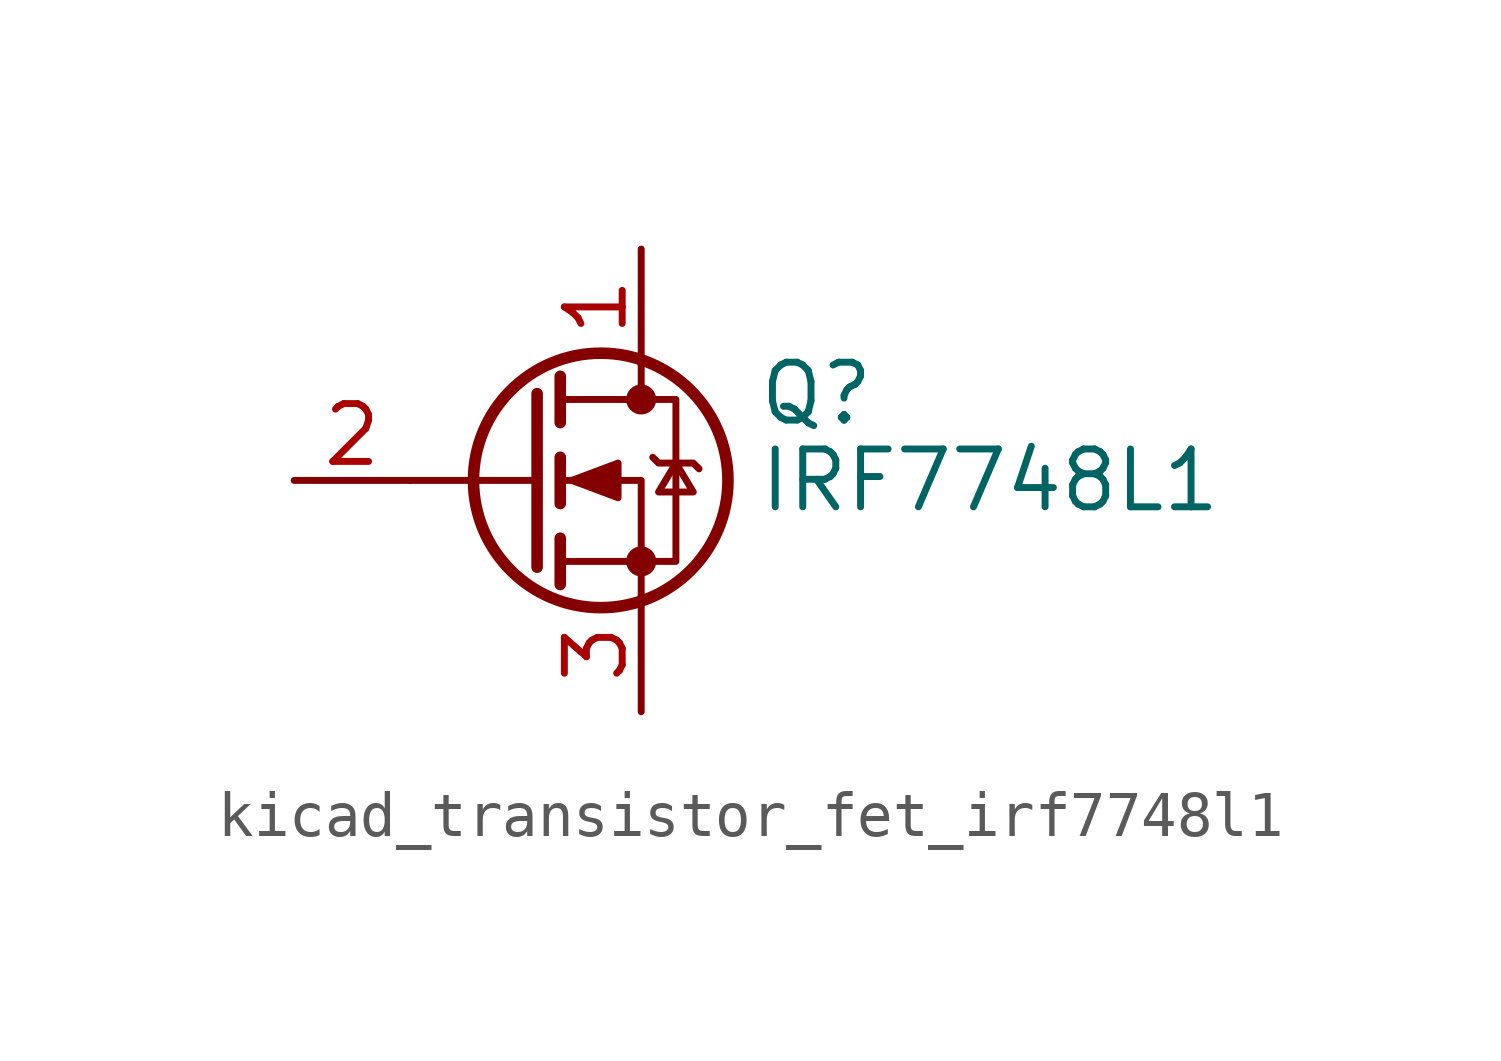
<source format=kicad_sym>
(kicad_symbol_lib
  (version 20220914)
  (generator kicad_symbol_editor)
  (symbol "kicad_transistor_fet_irf7748l1"
    (pin_names hide)
    (property "Reference" "Q"
      (at 5.08 1.905 0)
      (effects (font (size 1.27 1.27)) (justify left)))
    (property "Value" "IRF7748L1"
      (at 5.08 0 0)
      (effects (font (size 1.27 1.27)) (justify left)))
    (symbol "kicad_transistor_fet_irf7748l1_0_1"
      (polyline (pts (xy 0.254 0) (xy -2.54 0)) (stroke (width 0) (type default)) (fill (type none)))
      (polyline (pts (xy 0.254 1.905) (xy 0.254 -1.905)) (stroke (width 0.254) (type default)) (fill (type none)))
      (polyline (pts (xy 0.762 -1.27) (xy 0.762 -2.286)) (stroke (width 0.254) (type default)) (fill (type none)))
      (polyline (pts (xy 0.762 0.508) (xy 0.762 -0.508)) (stroke (width 0.254) (type default)) (fill (type none)))
      (polyline (pts (xy 0.762 2.286) (xy 0.762 1.27)) (stroke (width 0.254) (type default)) (fill (type none)))
      (polyline (pts (xy 2.54 2.54) (xy 2.54 1.778)) (stroke (width 0) (type default)) (fill (type none)))
      (polyline (pts (xy 2.54 -2.54) (xy 2.54 0) (xy 0.762 0)) (stroke (width 0) (type default)) (fill (type none)))
      (polyline (pts (xy 0.762 -1.778) (xy 3.302 -1.778) (xy 3.302 1.778) (xy 0.762 1.778)) (stroke (width 0) (type default)) (fill (type none)))
      (polyline (pts (xy 1.016 0) (xy 2.032 0.381) (xy 2.032 -0.381) (xy 1.016 0)) (stroke (width 0) (type default)) (fill (type outline)))
      (polyline (pts (xy 2.794 0.508) (xy 2.921 0.381) (xy 3.683 0.381) (xy 3.81 0.254)) (stroke (width 0) (type default)) (fill (type none)))
      (polyline (pts (xy 3.302 0.381) (xy 2.921 -0.254) (xy 3.683 -0.254) (xy 3.302 0.381)) (stroke (width 0) (type default)) (fill (type none)))
      (circle (center 1.651 0) (radius 2.794) (stroke (width 0.254) (type default)) (fill (type none)))
      (circle (center 2.54 -1.778) (radius 0.254) (stroke (width 0) (type default)) (fill (type outline)))
      (circle (center 2.54 1.778) (radius 0.254) (stroke (width 0) (type default)) (fill (type outline))))
    (symbol "kicad_transistor_fet_irf7748l1_1_1"
      (pin passive line (at 2.54 5.08 270) (length 2.54) (name "D" (effects (font (size 1.27 1.27)))) (number "1" (effects (font (size 1.27 1.27)))))
      (pin input line (at -5.08 0 0) (length 2.54) (name "G" (effects (font (size 1.27 1.27)))) (number "2" (effects (font (size 1.27 1.27)))))
      (pin passive line (at 2.54 -5.08 90) (length 2.54) (name "S" (effects (font (size 1.27 1.27)))) (number "3" (effects (font (size 1.27 1.27))))))))
</source>
